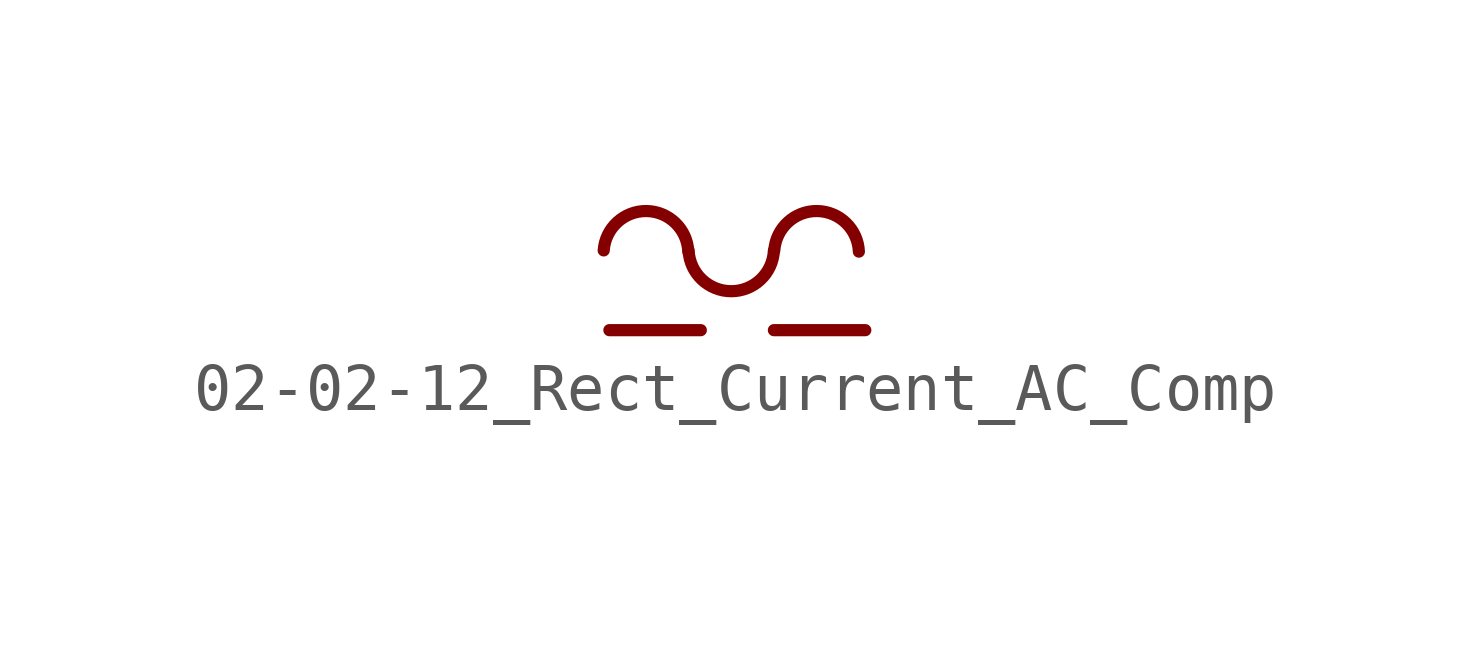
<source format=kicad_sym>
(kicad_symbol_lib
  (version 20200827)
  (generator kicad_symbol_editor)
  (symbol "Symbol_IEC_60617-2:02-02-12_Rect_Current_AC_Comp"
    (pin_numbers hide)
    (pin_names
      (offset 0) hide)
    (property "Reference" "#SYM"
      (at 0 5.08 0)
      (effects (font (size 1.27 1.27)) hide))
    (symbol "02-02-12_Rect_Current_AC_Comp_0_1"
      (arc (start -2.6588 1.0274) (end -0.8958 1.0028) (radius (at -1.778 0.9652) (length 0.883) (angles 176 2.4)) (stroke (width 0.254)) (fill (type none)))
      (arc (start 0.889 1.0226) (end -0.889 1.0226) (radius (at 0 1.0668) (length 0.8901) (angles -2.8 -177.2)) (stroke (width 0.254)) (fill (type none)))
      (arc (start 0.8972 1.0274) (end 2.6602 1.0028) (radius (at 1.778 0.9652) (length 0.883) (angles 176 2.4)) (stroke (width 0.254)) (fill (type none)))
      (polyline (pts (xy -2.54 -0.635) (xy -0.635 -0.635)) (stroke (width 0.254)) (fill (type none)))
      (polyline (pts (xy 0.889 -0.635) (xy 2.794 -0.635)) (stroke (width 0.254)) (fill (type none))))))
</source>
